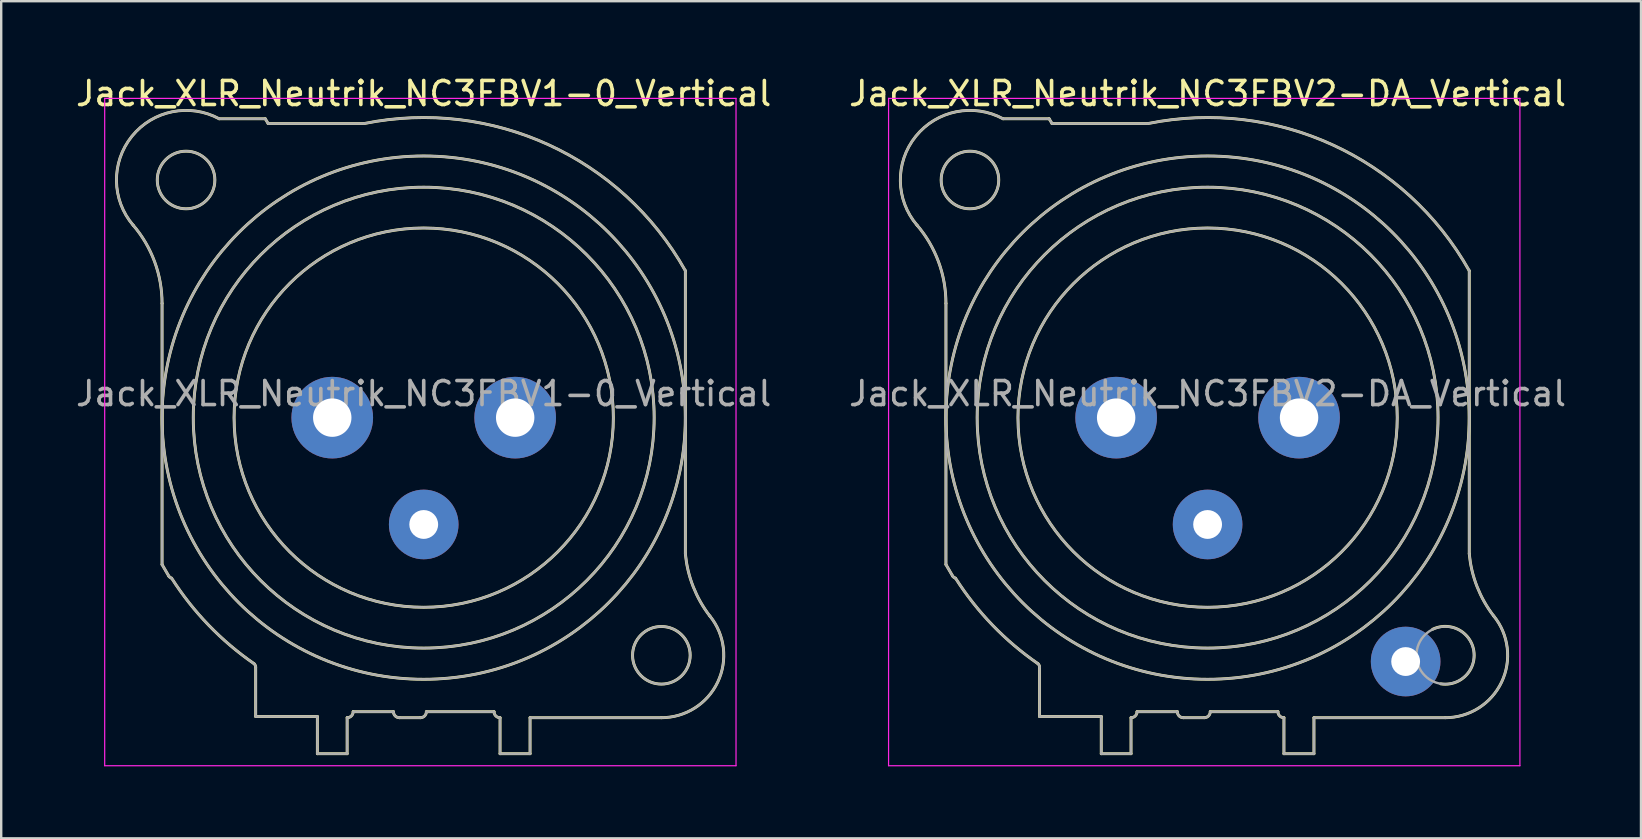
<source format=kicad_pcb>
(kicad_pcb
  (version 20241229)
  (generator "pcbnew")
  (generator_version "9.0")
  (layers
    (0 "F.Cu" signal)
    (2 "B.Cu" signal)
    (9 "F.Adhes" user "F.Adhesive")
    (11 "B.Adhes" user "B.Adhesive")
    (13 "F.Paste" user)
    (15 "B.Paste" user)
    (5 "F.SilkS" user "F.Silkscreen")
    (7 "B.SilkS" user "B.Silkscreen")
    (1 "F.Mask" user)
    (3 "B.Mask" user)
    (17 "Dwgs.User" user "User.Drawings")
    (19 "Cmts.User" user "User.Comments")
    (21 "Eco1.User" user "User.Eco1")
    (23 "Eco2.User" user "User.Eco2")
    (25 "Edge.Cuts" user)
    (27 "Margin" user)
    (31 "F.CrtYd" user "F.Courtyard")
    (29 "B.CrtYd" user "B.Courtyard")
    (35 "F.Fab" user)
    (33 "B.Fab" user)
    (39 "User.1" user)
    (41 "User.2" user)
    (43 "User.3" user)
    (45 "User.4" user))
  (footprint "Jack_XLR_Neutrik_NC3FBV2-DA_Vertical"
    (layer "F.Cu")
    (at 51.066 14.348)
    (property "Reference" "Jack_XLR_Neutrik_NC3FBV2-DA_Vertical" (at -3.81 -13.5 0) (layer "F.SilkS") (effects (font (size 1 1) (thickness 0.15))))
    (attr through_hole)
    (fp_line (start -14.71 -4.76) (end -14.71 6.12) (stroke (width 0.12) (type solid)) (layer "F.SilkS"))
    (fp_line (start -14.71 6.12) (end -14.43 6.6) (stroke (width 0.12) (type solid)) (layer "F.SilkS"))
    (fp_line (start -10.81 10.39) (end -10.81 12.45) (stroke (width 0.12) (type solid)) (layer "F.SilkS"))
    (fp_line (start -10.81 12.45) (end -8.24 12.45) (stroke (width 0.12) (type solid)) (layer "F.SilkS"))
    (fp_line (start -10.41 -12.45) (end -12.33 -12.45) (stroke (width 0.12) (type solid)) (layer "F.SilkS"))
    (fp_line (start -10.29 -12.25) (end -10.41 -12.45) (stroke (width 0.12) (type solid)) (layer "F.SilkS"))
    (fp_line (start -8.24 12.45) (end -8.24 14) (stroke (width 0.12) (type solid)) (layer "F.SilkS"))
    (fp_line (start -7 14) (end -8.24 14) (stroke (width 0.12) (type solid)) (layer "F.SilkS"))
    (fp_line (start -7 14) (end -7 12.5) (stroke (width 0.12) (type solid)) (layer "F.SilkS"))
    (fp_line (start -6.75 12.25) (end -5.07 12.25) (stroke (width 0.12) (type solid)) (layer "F.SilkS"))
    (fp_line (start -6.3 -12.25) (end -10.29 -12.25) (stroke (width 0.12) (type solid)) (layer "F.SilkS"))
    (fp_line (start -4.82 12.5) (end -3.95 12.5) (stroke (width 0.12) (type solid)) (layer "F.SilkS"))
    (fp_line (start -3.7 12.25) (end -0.88 12.25) (stroke (width 0.12) (type solid)) (layer "F.SilkS"))
    (fp_line (start -0.63 12.5) (end -0.63 14) (stroke (width 0.12) (type solid)) (layer "F.SilkS"))
    (fp_line (start 0.62 12.5) (end 6.09 12.5) (stroke (width 0.12) (type solid)) (layer "F.SilkS"))
    (fp_line (start 0.62 14) (end -0.63 14) (stroke (width 0.12) (type solid)) (layer "F.SilkS"))
    (fp_line (start 0.62 14) (end 0.62 12.5) (stroke (width 0.12) (type solid)) (layer "F.SilkS"))
    (fp_line (start 7.09 5.67) (end 7.09 -6.12) (stroke (width 0.12) (type solid)) (layer "F.SilkS"))
    (fp_arc (start -15.916051 -8.020379) (mid -15.021177 -6.498148) (end -14.71 -4.76) (stroke (width 0.12) (type solid)) (layer "F.SilkS"))
    (fp_arc (start -15.908884 -8.010077) (mid -15.967404 -11.719623) (end -12.33 -12.45) (stroke (width 0.12) (type solid)) (layer "F.SilkS"))
    (fp_arc (start -14.313753 6.685219) (mid -14.379716 6.653303) (end -14.43 6.6) (stroke (width 0.12) (type solid)) (layer "F.SilkS"))
    (fp_arc (start -10.879208 10.248532) (mid -12.772983 8.641241) (end -14.31 6.69) (stroke (width 0.12) (type solid)) (layer "F.SilkS"))
    (fp_arc (start -10.874359 10.252686) (mid -10.828679 10.315015) (end -10.81 10.39) (stroke (width 0.12) (type solid)) (layer "F.SilkS"))
    (fp_arc (start -6.75 12.25) (mid -6.823223 12.426777) (end -7 12.5) (stroke (width 0.12) (type solid)) (layer "F.SilkS"))
    (fp_arc (start -6.283571 -12.253402) (mid 1.401126 -11.362596) (end 7.09 -6.12) (stroke (width 0.12) (type solid)) (layer "F.SilkS"))
    (fp_arc (start -4.82 12.5) (mid -4.996777 12.426777) (end -5.07 12.25) (stroke (width 0.12) (type solid)) (layer "F.SilkS"))
    (fp_arc (start -3.7 12.25) (mid -3.773223 12.426777) (end -3.95 12.5) (stroke (width 0.12) (type solid)) (layer "F.SilkS"))
    (fp_arc (start -0.63 12.5) (mid -0.806777 12.426777) (end -0.88 12.25) (stroke (width 0.12) (type solid)) (layer "F.SilkS"))
    (fp_arc (start 5.563083 8.81623) (mid 7.282057 9.723366) (end 5.9 11.09) (stroke (width 0.12) (type solid)) (layer "F.SilkS"))
    (fp_arc (start 8.110579 8.263767) (mid 8.436721 11.019329) (end 6.09 12.5) (stroke (width 0.12) (type solid)) (layer "F.SilkS"))
    (fp_arc (start 8.111727 8.266808) (mid 7.416073 7.041111) (end 7.09 5.67) (stroke (width 0.12) (type solid)) (layer "F.SilkS"))
    (fp_circle (center -13.71 -9.9) (end -12.51 -9.9) (stroke (width 0.12) (type solid)) (fill no) (layer "F.SilkS"))
    (fp_circle (center -3.81 0) (end 4.09 0) (stroke (width 0.12) (type solid)) (fill no) (layer "F.SilkS"))
    (fp_circle (center -3.81 0) (end 5.79 0) (stroke (width 0.12) (type solid)) (fill no) (layer "F.SilkS"))
    (fp_circle (center -3.81 0) (end 7.09 0) (stroke (width 0.12) (type solid)) (fill no) (layer "F.SilkS"))
    (fp_line (start -17.1 -13.3) (end 9.2 -13.3) (stroke (width 0.05) (type solid)) (layer "F.CrtYd"))
    (fp_line (start -17.1 14.5) (end -17.1 -13.3) (stroke (width 0.05) (type solid)) (layer "F.CrtYd"))
    (fp_line (start 9.2 -13.3) (end 9.2 14.5) (stroke (width 0.05) (type solid)) (layer "F.CrtYd"))
    (fp_line (start 9.2 14.5) (end -17.1 14.5) (stroke (width 0.05) (type solid)) (layer "F.CrtYd"))
    (fp_line (start -14.71 -4.76) (end -14.71 6.12) (stroke (width 0.1) (type solid)) (layer "F.Fab"))
    (fp_line (start -14.71 6.12) (end -14.43 6.6) (stroke (width 0.1) (type solid)) (layer "F.Fab"))
    (fp_line (start -10.81 10.39) (end -10.81 12.45) (stroke (width 0.1) (type solid)) (layer "F.Fab"))
    (fp_line (start -10.81 12.45) (end -8.24 12.45) (stroke (width 0.1) (type solid)) (layer "F.Fab"))
    (fp_line (start -10.41 -12.45) (end -12.33 -12.45) (stroke (width 0.1) (type solid)) (layer "F.Fab"))
    (fp_line (start -10.29 -12.25) (end -10.41 -12.45) (stroke (width 0.1) (type solid)) (layer "F.Fab"))
    (fp_line (start -8.24 12.45) (end -8.24 14) (stroke (width 0.1) (type solid)) (layer "F.Fab"))
    (fp_line (start -7 14) (end -8.24 14) (stroke (width 0.1) (type solid)) (layer "F.Fab"))
    (fp_line (start -7 14) (end -7 12.5) (stroke (width 0.1) (type solid)) (layer "F.Fab"))
    (fp_line (start -6.75 12.25) (end -5.07 12.25) (stroke (width 0.1) (type solid)) (layer "F.Fab"))
    (fp_line (start -6.3 -12.25) (end -10.29 -12.25) (stroke (width 0.1) (type solid)) (layer "F.Fab"))
    (fp_line (start -4.82 12.5) (end -3.95 12.5) (stroke (width 0.1) (type solid)) (layer "F.Fab"))
    (fp_line (start -3.7 12.25) (end -0.88 12.25) (stroke (width 0.1) (type solid)) (layer "F.Fab"))
    (fp_line (start -0.63 12.5) (end -0.63 14) (stroke (width 0.1) (type solid)) (layer "F.Fab"))
    (fp_line (start 0.62 12.5) (end 6.09 12.5) (stroke (width 0.1) (type solid)) (layer "F.Fab"))
    (fp_line (start 0.62 14) (end -0.63 14) (stroke (width 0.1) (type solid)) (layer "F.Fab"))
    (fp_line (start 0.62 14) (end 0.62 12.5) (stroke (width 0.1) (type solid)) (layer "F.Fab"))
    (fp_line (start 7.09 5.67) (end 7.09 -6.12) (stroke (width 0.1) (type solid)) (layer "F.Fab"))
    (fp_arc (start -15.916051 -8.020379) (mid -15.021177 -6.498148) (end -14.71 -4.76) (stroke (width 0.1) (type solid)) (layer "F.Fab"))
    (fp_arc (start -15.908884 -8.010077) (mid -15.967404 -11.719623) (end -12.33 -12.45) (stroke (width 0.1) (type solid)) (layer "F.Fab"))
    (fp_arc (start -14.313753 6.685219) (mid -14.379716 6.653303) (end -14.43 6.6) (stroke (width 0.1) (type solid)) (layer "F.Fab"))
    (fp_arc (start -10.879208 10.248532) (mid -12.772983 8.641241) (end -14.31 6.69) (stroke (width 0.1) (type solid)) (layer "F.Fab"))
    (fp_arc (start -10.874359 10.252686) (mid -10.828679 10.315015) (end -10.81 10.39) (stroke (width 0.1) (type solid)) (layer "F.Fab"))
    (fp_arc (start -6.75 12.25) (mid -6.823223 12.426777) (end -7 12.5) (stroke (width 0.1) (type solid)) (layer "F.Fab"))
    (fp_arc (start -6.283571 -12.253402) (mid 1.401126 -11.362596) (end 7.09 -6.12) (stroke (width 0.1) (type solid)) (layer "F.Fab"))
    (fp_arc (start -4.82 12.5) (mid -4.996777 12.426777) (end -5.07 12.25) (stroke (width 0.1) (type solid)) (layer "F.Fab"))
    (fp_arc (start -3.7 12.25) (mid -3.773223 12.426777) (end -3.95 12.5) (stroke (width 0.1) (type solid)) (layer "F.Fab"))
    (fp_arc (start -0.63 12.5) (mid -0.806777 12.426777) (end -0.88 12.25) (stroke (width 0.1) (type solid)) (layer "F.Fab"))
    (fp_arc (start 8.110579 8.263767) (mid 8.436721 11.019329) (end 6.09 12.5) (stroke (width 0.1) (type solid)) (layer "F.Fab"))
    (fp_arc (start 8.111727 8.266808) (mid 7.416073 7.041111) (end 7.09 5.67) (stroke (width 0.1) (type solid)) (layer "F.Fab"))
    (fp_circle (center -13.71 -9.9) (end -12.51 -9.9) (stroke (width 0.1) (type solid)) (fill no) (layer "F.Fab"))
    (fp_circle (center -3.81 0) (end 4.09 0) (stroke (width 0.1) (type solid)) (fill no) (layer "F.Fab"))
    (fp_circle (center -3.81 0) (end 5.79 0) (stroke (width 0.1) (type solid)) (fill no) (layer "F.Fab"))
    (fp_circle (center -3.81 0) (end 7.09 0) (stroke (width 0.1) (type solid)) (fill no) (layer "F.Fab"))
    (fp_circle (center 6.09 9.9) (end 7.29 9.9) (stroke (width 0.1) (type solid)) (fill no) (layer "F.Fab"))
    (fp_text user "${REFERENCE}" (at -3.81 -1 0) (layer "F.Fab") (effects (font (size 1 1) (thickness 0.15))))
    (pad "1" thru_hole circle (at 0 0) (size 3.4 3.4) (drill 1.6) (layers "*.Cu" "*.Mask"))
    (pad "2" thru_hole circle (at -7.62 0) (size 3.4 3.4) (drill 1.6) (layers "*.Cu" "*.Mask"))
    (pad "3" thru_hole circle (at -3.81 4.45) (size 2.9 2.9) (drill 1.2) (layers "*.Cu" "*.Mask"))
    (pad "G" thru_hole circle (at 4.44 10.16) (size 2.9 2.9) (drill 1.2) (layers "*.Cu" "*.Mask")))
  (footprint "Jack_XLR_Neutrik_NC3FBV1-0_Vertical"
    (layer "F.Cu")
    (at 18.411 14.348)
    (property "Reference" "Jack_XLR_Neutrik_NC3FBV1-0_Vertical" (at -3.81 -13.5 0) (layer "F.SilkS") (effects (font (size 1 1) (thickness 0.15))))
    (attr through_hole)
    (fp_line (start -14.71 -4.76) (end -14.71 6.12) (stroke (width 0.12) (type solid)) (layer "F.SilkS"))
    (fp_line (start -14.71 6.12) (end -14.43 6.6) (stroke (width 0.12) (type solid)) (layer "F.SilkS"))
    (fp_line (start -10.81 10.39) (end -10.81 12.45) (stroke (width 0.12) (type solid)) (layer "F.SilkS"))
    (fp_line (start -10.81 12.45) (end -8.24 12.45) (stroke (width 0.12) (type solid)) (layer "F.SilkS"))
    (fp_line (start -10.41 -12.45) (end -12.33 -12.45) (stroke (width 0.12) (type solid)) (layer "F.SilkS"))
    (fp_line (start -10.29 -12.25) (end -10.41 -12.45) (stroke (width 0.12) (type solid)) (layer "F.SilkS"))
    (fp_line (start -8.24 12.45) (end -8.24 14) (stroke (width 0.12) (type solid)) (layer "F.SilkS"))
    (fp_line (start -7 14) (end -8.24 14) (stroke (width 0.12) (type solid)) (layer "F.SilkS"))
    (fp_line (start -7 14) (end -7 12.5) (stroke (width 0.12) (type solid)) (layer "F.SilkS"))
    (fp_line (start -6.75 12.25) (end -5.07 12.25) (stroke (width 0.12) (type solid)) (layer "F.SilkS"))
    (fp_line (start -6.3 -12.25) (end -10.29 -12.25) (stroke (width 0.12) (type solid)) (layer "F.SilkS"))
    (fp_line (start -4.82 12.5) (end -3.95 12.5) (stroke (width 0.12) (type solid)) (layer "F.SilkS"))
    (fp_line (start -3.7 12.25) (end -0.88 12.25) (stroke (width 0.12) (type solid)) (layer "F.SilkS"))
    (fp_line (start -0.63 12.5) (end -0.63 14) (stroke (width 0.12) (type solid)) (layer "F.SilkS"))
    (fp_line (start 0.62 12.5) (end 6.09 12.5) (stroke (width 0.12) (type solid)) (layer "F.SilkS"))
    (fp_line (start 0.62 14) (end -0.63 14) (stroke (width 0.12) (type solid)) (layer "F.SilkS"))
    (fp_line (start 0.62 14) (end 0.62 12.5) (stroke (width 0.12) (type solid)) (layer "F.SilkS"))
    (fp_line (start 7.09 5.67) (end 7.09 -6.12) (stroke (width 0.12) (type solid)) (layer "F.SilkS"))
    (fp_arc (start -15.916051 -8.020379) (mid -15.021177 -6.498148) (end -14.71 -4.76) (stroke (width 0.12) (type solid)) (layer "F.SilkS"))
    (fp_arc (start -15.908884 -8.010077) (mid -15.967404 -11.719623) (end -12.33 -12.45) (stroke (width 0.12) (type solid)) (layer "F.SilkS"))
    (fp_arc (start -14.313753 6.685219) (mid -14.379716 6.653303) (end -14.43 6.6) (stroke (width 0.12) (type solid)) (layer "F.SilkS"))
    (fp_arc (start -10.879208 10.248532) (mid -12.772983 8.641241) (end -14.31 6.69) (stroke (width 0.12) (type solid)) (layer "F.SilkS"))
    (fp_arc (start -10.874359 10.252686) (mid -10.828679 10.315015) (end -10.81 10.39) (stroke (width 0.12) (type solid)) (layer "F.SilkS"))
    (fp_arc (start -6.75 12.25) (mid -6.823223 12.426777) (end -7 12.5) (stroke (width 0.12) (type solid)) (layer "F.SilkS"))
    (fp_arc (start -6.283571 -12.253402) (mid 1.401126 -11.362596) (end 7.09 -6.12) (stroke (width 0.12) (type solid)) (layer "F.SilkS"))
    (fp_arc (start -4.82 12.5) (mid -4.996777 12.426777) (end -5.07 12.25) (stroke (width 0.12) (type solid)) (layer "F.SilkS"))
    (fp_arc (start -3.7 12.25) (mid -3.773223 12.426777) (end -3.95 12.5) (stroke (width 0.12) (type solid)) (layer "F.SilkS"))
    (fp_arc (start -0.63 12.5) (mid -0.806777 12.426777) (end -0.88 12.25) (stroke (width 0.12) (type solid)) (layer "F.SilkS"))
    (fp_arc (start 8.110579 8.263767) (mid 8.436721 11.019329) (end 6.09 12.5) (stroke (width 0.12) (type solid)) (layer "F.SilkS"))
    (fp_arc (start 8.111727 8.266808) (mid 7.416073 7.041111) (end 7.09 5.67) (stroke (width 0.12) (type solid)) (layer "F.SilkS"))
    (fp_circle (center -13.71 -9.9) (end -12.51 -9.9) (stroke (width 0.12) (type solid)) (fill no) (layer "F.SilkS"))
    (fp_circle (center -3.81 0) (end 4.09 0) (stroke (width 0.12) (type solid)) (fill no) (layer "F.SilkS"))
    (fp_circle (center -3.81 0) (end 5.79 0) (stroke (width 0.12) (type solid)) (fill no) (layer "F.SilkS"))
    (fp_circle (center -3.81 0) (end 7.09 0) (stroke (width 0.12) (type solid)) (fill no) (layer "F.SilkS"))
    (fp_circle (center 6.09 9.9) (end 7.29 9.9) (stroke (width 0.12) (type solid)) (fill no) (layer "F.SilkS"))
    (fp_line (start -17.1 -13.3) (end 9.2 -13.3) (stroke (width 0.05) (type solid)) (layer "F.CrtYd"))
    (fp_line (start -17.1 14.5) (end -17.1 -13.3) (stroke (width 0.05) (type solid)) (layer "F.CrtYd"))
    (fp_line (start 9.2 -13.3) (end 9.2 14.5) (stroke (width 0.05) (type solid)) (layer "F.CrtYd"))
    (fp_line (start 9.2 14.5) (end -17.1 14.5) (stroke (width 0.05) (type solid)) (layer "F.CrtYd"))
    (fp_line (start -14.71 -4.76) (end -14.71 6.12) (stroke (width 0.1) (type solid)) (layer "F.Fab"))
    (fp_line (start -14.71 6.12) (end -14.43 6.6) (stroke (width 0.1) (type solid)) (layer "F.Fab"))
    (fp_line (start -10.81 10.39) (end -10.81 12.45) (stroke (width 0.1) (type solid)) (layer "F.Fab"))
    (fp_line (start -10.81 12.45) (end -8.24 12.45) (stroke (width 0.1) (type solid)) (layer "F.Fab"))
    (fp_line (start -10.41 -12.45) (end -12.33 -12.45) (stroke (width 0.1) (type solid)) (layer "F.Fab"))
    (fp_line (start -10.29 -12.25) (end -10.41 -12.45) (stroke (width 0.1) (type solid)) (layer "F.Fab"))
    (fp_line (start -8.24 12.45) (end -8.24 14) (stroke (width 0.1) (type solid)) (layer "F.Fab"))
    (fp_line (start -7 14) (end -8.24 14) (stroke (width 0.1) (type solid)) (layer "F.Fab"))
    (fp_line (start -7 14) (end -7 12.5) (stroke (width 0.1) (type solid)) (layer "F.Fab"))
    (fp_line (start -6.75 12.25) (end -5.07 12.25) (stroke (width 0.1) (type solid)) (layer "F.Fab"))
    (fp_line (start -6.3 -12.25) (end -10.29 -12.25) (stroke (width 0.1) (type solid)) (layer "F.Fab"))
    (fp_line (start -4.82 12.5) (end -3.95 12.5) (stroke (width 0.1) (type solid)) (layer "F.Fab"))
    (fp_line (start -3.7 12.25) (end -0.88 12.25) (stroke (width 0.1) (type solid)) (layer "F.Fab"))
    (fp_line (start -0.63 12.5) (end -0.63 14) (stroke (width 0.1) (type solid)) (layer "F.Fab"))
    (fp_line (start 0.62 12.5) (end 6.09 12.5) (stroke (width 0.1) (type solid)) (layer "F.Fab"))
    (fp_line (start 0.62 14) (end -0.63 14) (stroke (width 0.1) (type solid)) (layer "F.Fab"))
    (fp_line (start 0.62 14) (end 0.62 12.5) (stroke (width 0.1) (type solid)) (layer "F.Fab"))
    (fp_line (start 7.09 5.67) (end 7.09 -6.12) (stroke (width 0.1) (type solid)) (layer "F.Fab"))
    (fp_arc (start -15.916051 -8.020379) (mid -15.021177 -6.498148) (end -14.71 -4.76) (stroke (width 0.1) (type solid)) (layer "F.Fab"))
    (fp_arc (start -15.908884 -8.010077) (mid -15.967404 -11.719623) (end -12.33 -12.45) (stroke (width 0.1) (type solid)) (layer "F.Fab"))
    (fp_arc (start -14.313753 6.685219) (mid -14.379716 6.653303) (end -14.43 6.6) (stroke (width 0.1) (type solid)) (layer "F.Fab"))
    (fp_arc (start -10.879208 10.248532) (mid -12.772983 8.641241) (end -14.31 6.69) (stroke (width 0.1) (type solid)) (layer "F.Fab"))
    (fp_arc (start -10.874359 10.252686) (mid -10.828679 10.315015) (end -10.81 10.39) (stroke (width 0.1) (type solid)) (layer "F.Fab"))
    (fp_arc (start -6.75 12.25) (mid -6.823223 12.426777) (end -7 12.5) (stroke (width 0.1) (type solid)) (layer "F.Fab"))
    (fp_arc (start -6.283571 -12.253402) (mid 1.401126 -11.362596) (end 7.09 -6.12) (stroke (width 0.1) (type solid)) (layer "F.Fab"))
    (fp_arc (start -4.82 12.5) (mid -4.996777 12.426777) (end -5.07 12.25) (stroke (width 0.1) (type solid)) (layer "F.Fab"))
    (fp_arc (start -3.7 12.25) (mid -3.773223 12.426777) (end -3.95 12.5) (stroke (width 0.1) (type solid)) (layer "F.Fab"))
    (fp_arc (start -0.63 12.5) (mid -0.806777 12.426777) (end -0.88 12.25) (stroke (width 0.1) (type solid)) (layer "F.Fab"))
    (fp_arc (start 8.110579 8.263767) (mid 8.436721 11.019329) (end 6.09 12.5) (stroke (width 0.1) (type solid)) (layer "F.Fab"))
    (fp_arc (start 8.111727 8.266808) (mid 7.416073 7.041111) (end 7.09 5.67) (stroke (width 0.1) (type solid)) (layer "F.Fab"))
    (fp_circle (center -13.71 -9.9) (end -12.51 -9.9) (stroke (width 0.1) (type solid)) (fill no) (layer "F.Fab"))
    (fp_circle (center -3.81 0) (end 4.09 0) (stroke (width 0.1) (type solid)) (fill no) (layer "F.Fab"))
    (fp_circle (center -3.81 0) (end 5.79 0) (stroke (width 0.1) (type solid)) (fill no) (layer "F.Fab"))
    (fp_circle (center -3.81 0) (end 7.09 0) (stroke (width 0.1) (type solid)) (fill no) (layer "F.Fab"))
    (fp_circle (center 6.09 9.9) (end 7.29 9.9) (stroke (width 0.1) (type solid)) (fill no) (layer "F.Fab"))
    (fp_text user "${REFERENCE}" (at -3.81 -1 0) (layer "F.Fab") (effects (font (size 1 1) (thickness 0.15))))
    (pad "1" thru_hole circle (at 0 0) (size 3.4 3.4) (drill 1.6) (layers "*.Cu" "*.Mask"))
    (pad "2" thru_hole circle (at -7.62 0) (size 3.4 3.4) (drill 1.6) (layers "*.Cu" "*.Mask"))
    (pad "3" thru_hole circle (at -3.81 4.45) (size 2.9 2.9) (drill 1.2) (layers "*.Cu" "*.Mask")))
  (gr_rect
    (start -3 -3)
    (end 65.31 31.873)
    (stroke (width 0.1) (type default))
    (fill no)
    (layer "Edge.Cuts")))
</source>
